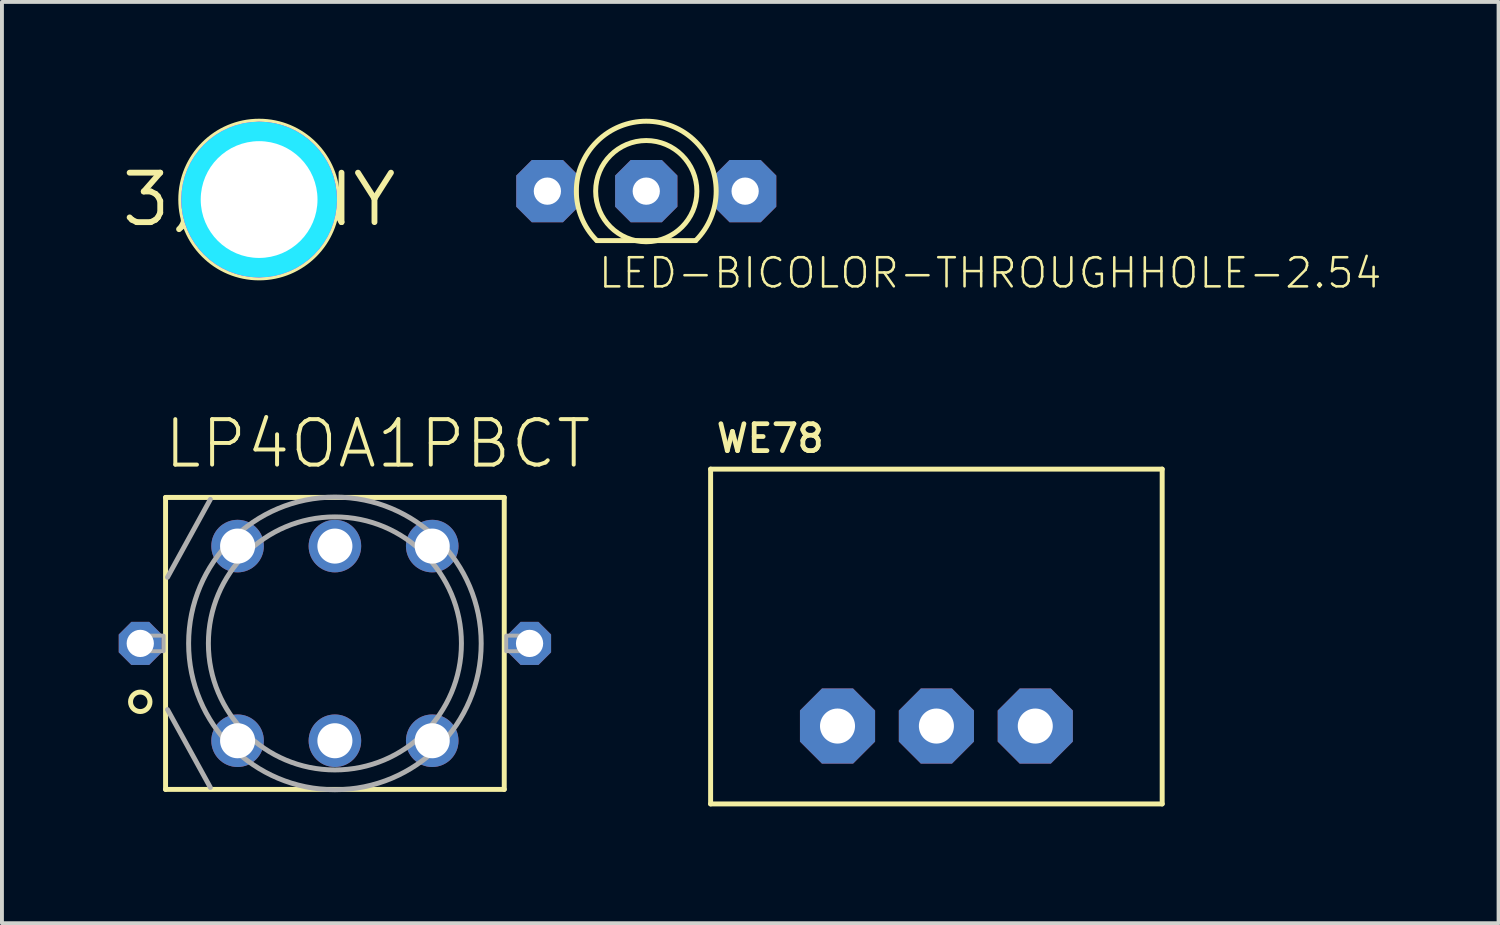
<source format=kicad_pcb>
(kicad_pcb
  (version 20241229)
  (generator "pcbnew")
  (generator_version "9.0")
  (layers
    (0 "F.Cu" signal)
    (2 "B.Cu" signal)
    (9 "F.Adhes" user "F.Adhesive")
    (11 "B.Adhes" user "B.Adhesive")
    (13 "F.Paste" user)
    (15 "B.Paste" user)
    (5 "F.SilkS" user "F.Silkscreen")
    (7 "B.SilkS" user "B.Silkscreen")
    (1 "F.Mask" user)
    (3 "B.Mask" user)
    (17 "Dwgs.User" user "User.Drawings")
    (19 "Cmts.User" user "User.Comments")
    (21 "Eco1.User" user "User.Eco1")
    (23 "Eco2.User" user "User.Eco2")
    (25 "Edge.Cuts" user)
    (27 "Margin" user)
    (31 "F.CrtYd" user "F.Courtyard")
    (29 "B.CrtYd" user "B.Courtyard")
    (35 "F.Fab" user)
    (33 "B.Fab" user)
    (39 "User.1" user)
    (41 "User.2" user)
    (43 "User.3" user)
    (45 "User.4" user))
  (footprint "3,0TINY"
    (layer "F.Cu")
    (at 3.606 2.076)
    (property "Reference" "3,0TINY" (at 0 0 0) (layer "F.SilkS") (effects (font (size 1.27 1.27) (thickness 0.15))))
    (fp_circle (center 0 0) (end 1.5 0) (stroke (width 0.203) (type solid)) (fill no) (layer "F.SilkS"))
    (fp_circle (center 0 0) (end 2 0) (stroke (width 0.152) (type solid)) (fill no) (layer "F.SilkS"))
    (fp_circle (center 0 0) (end 1 0) (stroke (width 2) (type solid)) (fill no) (layer "B.CrtYd"))
    (fp_circle (center 0 0) (end 1 0) (stroke (width 2) (type solid)) (fill no) (layer "F.CrtYd"))
    (fp_arc (start 0 -1.5) (mid 1.06066 -1.06066) (end 1.5 0) (stroke (width 1) (type solid)) (layer "F.Fab"))
    (fp_arc (start 0 1.5) (mid -1.06066 1.06066) (end -1.5 0) (stroke (width 1) (type solid)) (layer "F.Fab"))
    (fp_circle (center 0 0) (end 0.635 0) (stroke (width 0.457) (type solid)) (fill no) (layer "F.Fab"))
    (pad "" np_thru_hole circle (at 0 0) (size 3 3) (drill 3) (layers "*.Cu" "*.Mask"))
    (zone (net_name "") (layer "F.Cu") (hatch edge 0.508) (connect_pads) (min_thickness 0.254) (filled_areas_thickness no) (keepout (tracks not_allowed) (vias not_allowed) (pads not_allowed) (copperpour not_allowed) (footprints allowed)) (placement (enabled no)) (fill) (polygon (pts (xy 5.606 2.076) (xy 5.575 1.729) (xy 5.485 1.392) (xy 5.338 1.076) (xy 5.138 0.791) (xy 4.891 0.544) (xy 4.606 0.344) (xy 4.29 0.197) (xy 3.953 0.107) (xy 3.606 0.076) (xy 3.258 0.107) (xy 2.922 0.197) (xy 2.606 0.344) (xy 2.32 0.544) (xy 2.074 0.791) (xy 1.874 1.076) (xy 1.726 1.392) (xy 1.636 1.729) (xy 1.606 2.076) (xy 1.636 2.423) (xy 1.726 2.76) (xy 1.874 3.076) (xy 2.074 3.362) (xy 2.32 3.608) (xy 2.606 3.808) (xy 2.922 3.956) (xy 3.258 4.046) (xy 3.606 4.076) (xy 3.953 4.046) (xy 4.29 3.956) (xy 4.606 3.808) (xy 4.891 3.608) (xy 5.138 3.362) (xy 5.338 3.076) (xy 5.485 2.76) (xy 5.575 2.423))) (polygon (pts (xy 3.606 2.076))))
    (zone (net_name "") (layers "F.Cu" "B.Cu") (hatch edge 0.508) (connect_pads) (min_thickness 0.254) (filled_areas_thickness no) (keepout (tracks allowed) (vias not_allowed) (pads allowed) (copperpour allowed) (footprints allowed)) (placement (enabled no)) (fill) (polygon (pts (xy 5.606 2.076) (xy 5.575 1.729) (xy 5.485 1.392) (xy 5.338 1.076) (xy 5.138 0.791) (xy 4.891 0.544) (xy 4.606 0.344) (xy 4.29 0.197) (xy 3.953 0.107) (xy 3.606 0.076) (xy 3.258 0.107) (xy 2.922 0.197) (xy 2.606 0.344) (xy 2.32 0.544) (xy 2.074 0.791) (xy 1.874 1.076) (xy 1.726 1.392) (xy 1.636 1.729) (xy 1.606 2.076) (xy 1.636 2.423) (xy 1.726 2.76) (xy 1.874 3.076) (xy 2.074 3.362) (xy 2.32 3.608) (xy 2.606 3.808) (xy 2.922 3.956) (xy 3.258 4.046) (xy 3.606 4.076) (xy 3.953 4.046) (xy 4.29 3.956) (xy 4.606 3.808) (xy 4.891 3.608) (xy 5.138 3.362) (xy 5.338 3.076) (xy 5.485 2.76) (xy 5.575 2.423))) (polygon (pts (xy 3.606 2.076))))
    (zone (net_name "") (layer "B.Cu") (hatch edge 0.508) (connect_pads) (min_thickness 0.254) (filled_areas_thickness no) (keepout (tracks not_allowed) (vias not_allowed) (pads not_allowed) (copperpour not_allowed) (footprints allowed)) (placement (enabled no)) (fill) (polygon (pts (xy 5.606 2.076) (xy 5.575 1.729) (xy 5.485 1.392) (xy 5.338 1.076) (xy 5.138 0.791) (xy 4.891 0.544) (xy 4.606 0.344) (xy 4.29 0.197) (xy 3.953 0.107) (xy 3.606 0.076) (xy 3.258 0.107) (xy 2.922 0.197) (xy 2.606 0.344) (xy 2.32 0.544) (xy 2.074 0.791) (xy 1.874 1.076) (xy 1.726 1.392) (xy 1.636 1.729) (xy 1.606 2.076) (xy 1.636 2.423) (xy 1.726 2.76) (xy 1.874 3.076) (xy 2.074 3.362) (xy 2.32 3.608) (xy 2.606 3.808) (xy 2.922 3.956) (xy 3.258 4.046) (xy 3.606 4.076) (xy 3.953 4.046) (xy 4.29 3.956) (xy 4.606 3.808) (xy 4.891 3.608) (xy 5.138 3.362) (xy 5.338 3.076) (xy 5.485 2.76) (xy 5.575 2.423))) (polygon (pts (xy 3.606 2.076)))))
  (footprint "LP4OA1PBCT"
    (layer "F.Cu")
    (at 5.553 13.478)
    (property "Reference" "LP4OA1PBCT" (at -4.445 -4.445 0) (layer "F.SilkS") (effects (font (size 1.168 1.168) (thickness 0.102)) (justify left bottom)))
    (fp_line (start -4.35 -3.75) (end 4.35 -3.75) (stroke (width 0.127) (type solid)) (layer "F.SilkS"))
    (fp_line (start -4.35 3.75) (end -4.35 -3.75) (stroke (width 0.127) (type solid)) (layer "F.SilkS"))
    (fp_line (start -4.35 3.75) (end 4.35 3.75) (stroke (width 0.127) (type solid)) (layer "F.SilkS"))
    (fp_line (start 4.35 3.75) (end 4.35 -3.75) (stroke (width 0.127) (type solid)) (layer "F.SilkS"))
    (fp_circle (center -5 1.5) (end -4.75 1.5) (stroke (width 0.127) (type solid)) (fill no) (layer "F.SilkS"))
    (fp_line (start -4.3 1.7) (end -3.2 3.7) (stroke (width 0.127) (type solid)) (layer "F.Fab"))
    (fp_line (start -3.2 -3.7) (end -4.3 -1.7) (stroke (width 0.127) (type solid)) (layer "F.Fab"))
    (fp_circle (center 0 0) (end 3.25 0) (stroke (width 0.127) (type solid)) (fill no) (layer "F.Fab"))
    (fp_circle (center 0 0) (end 3.758 0) (stroke (width 0.127) (type solid)) (fill no) (layer "F.Fab"))
    (fp_poly (pts (xy -5 0.2) (xy -4.4 0.2) (xy -4.4 -0.2) (xy -5 -0.2)) (stroke (width 0.1) (type solid)) (fill no) (layer "F.Fab"))
    (fp_poly (pts (xy 4.4 0.2) (xy 5 0.2) (xy 5 -0.2) (xy 4.4 -0.2)) (stroke (width 0.1) (type solid)) (fill no) (layer "F.Fab"))
    (pad "L1" thru_hole roundrect (at 5 0) (size 1.106 1.106) (drill 0.7) (layers "*.Cu" "*.Mask") (roundrect_rratio 0.25) (chamfer_ratio 0.293) (chamfer top_left top_right bottom_left bottom_right))
    (pad "L2" thru_hole roundrect (at -5 0) (size 1.106 1.106) (drill 0.7) (layers "*.Cu" "*.Mask") (roundrect_rratio 0.25) (chamfer_ratio 0.293) (chamfer top_left top_right bottom_left bottom_right))
    (pad "P1" thru_hole circle (at 2.5 -2.5) (size 1.35 1.35) (drill 0.9) (layers "*.Cu" "*.Mask"))
    (pad "P2" thru_hole circle (at 0 -2.5) (size 1.35 1.35) (drill 0.9) (layers "*.Cu" "*.Mask"))
    (pad "P3" thru_hole circle (at -2.5 -2.5) (size 1.35 1.35) (drill 0.9) (layers "*.Cu" "*.Mask"))
    (pad "P4" thru_hole circle (at 2.5 2.5) (size 1.35 1.35) (drill 0.9) (layers "*.Cu" "*.Mask"))
    (pad "P5" thru_hole circle (at 0 2.5) (size 1.35 1.35) (drill 0.9) (layers "*.Cu" "*.Mask"))
    (pad "P6" thru_hole circle (at -2.5 2.5) (size 1.35 1.35) (drill 0.9) (layers "*.Cu" "*.Mask")))
  (footprint "LED-BICOLOR-THROUGHHOLE-2.54"
    (layer "F.Cu")
    (at 13.551 1.86)
    (property "Reference" "LED-BICOLOR-THROUGHHOLE-2.54" (at -1.27 2.54 0) (layer "F.SilkS") (effects (font (size 0.748 0.748) (thickness 0.065)) (justify left bottom)))
    (fp_line (start -1.27 1.27) (end 1.27 1.27) (stroke (width 0.127) (type solid)) (layer "F.SilkS"))
    (fp_arc (start -1.27 1.27) (mid 0 -1.796051) (end 1.27 1.27) (stroke (width 0.127) (type solid)) (layer "F.SilkS"))
    (fp_circle (center 0 0) (end 1.3 0) (stroke (width 0.127) (type solid)) (fill no) (layer "F.SilkS"))
    (pad "1" thru_hole roundrect (at -2.54 0) (size 1.6 1.6) (drill 0.7) (layers "*.Cu" "*.Mask") (roundrect_rratio 0) (chamfer_ratio 0.25) (chamfer top_left top_right bottom_left bottom_right))
    (pad "2" thru_hole roundrect (at 0 0) (size 1.6 1.6) (drill 0.7) (layers "*.Cu" "*.Mask") (roundrect_rratio 0) (chamfer_ratio 0.25) (chamfer top_left top_right bottom_left bottom_right))
    (pad "3" thru_hole roundrect (at 2.54 0) (size 1.6 1.6) (drill 0.7) (layers "*.Cu" "*.Mask") (roundrect_rratio 0) (chamfer_ratio 0.25) (chamfer top_left top_right bottom_left bottom_right)))
  (footprint "WE78"
    (layer "F.Cu")
    (at 21.004 15.601)
    (property "Reference" "WE78" (at -5.715 -6.985 0) (layer "F.SilkS") (effects (font (size 0.691 0.691) (thickness 0.122)) (justify left bottom)))
    (fp_line (start -5.8 -6.6) (end 5.8 -6.6) (stroke (width 0.127) (type solid)) (layer "F.SilkS"))
    (fp_line (start -5.8 2) (end -5.8 -6.6) (stroke (width 0.127) (type solid)) (layer "F.SilkS"))
    (fp_line (start -5.8 2) (end 5.8 2) (stroke (width 0.127) (type solid)) (layer "F.SilkS"))
    (fp_line (start 5.8 -6.6) (end 5.8 2) (stroke (width 0.127) (type solid)) (layer "F.SilkS"))
    (pad "1" thru_hole roundrect (at -2.54 0 90) (size 1.93 1.93) (drill 0.9) (layers "*.Cu" "*.Mask") (roundrect_rratio 0.25) (chamfer_ratio 0.293) (chamfer top_left top_right bottom_left bottom_right))
    (pad "2" thru_hole roundrect (at 0 0 90) (size 1.93 1.93) (drill 0.9) (layers "*.Cu" "*.Mask") (roundrect_rratio 0.25) (chamfer_ratio 0.293) (chamfer top_left top_right bottom_left bottom_right))
    (pad "3" thru_hole roundrect (at 2.54 0 90) (size 1.93 1.93) (drill 0.9) (layers "*.Cu" "*.Mask") (roundrect_rratio 0.25) (chamfer_ratio 0.293) (chamfer top_left top_right bottom_left bottom_right)))
  (gr_rect
    (start -3 -3)
    (end 35.445 20.665)
    (stroke (width 0.1) (type default))
    (fill no)
    (layer "Edge.Cuts")))
</source>
